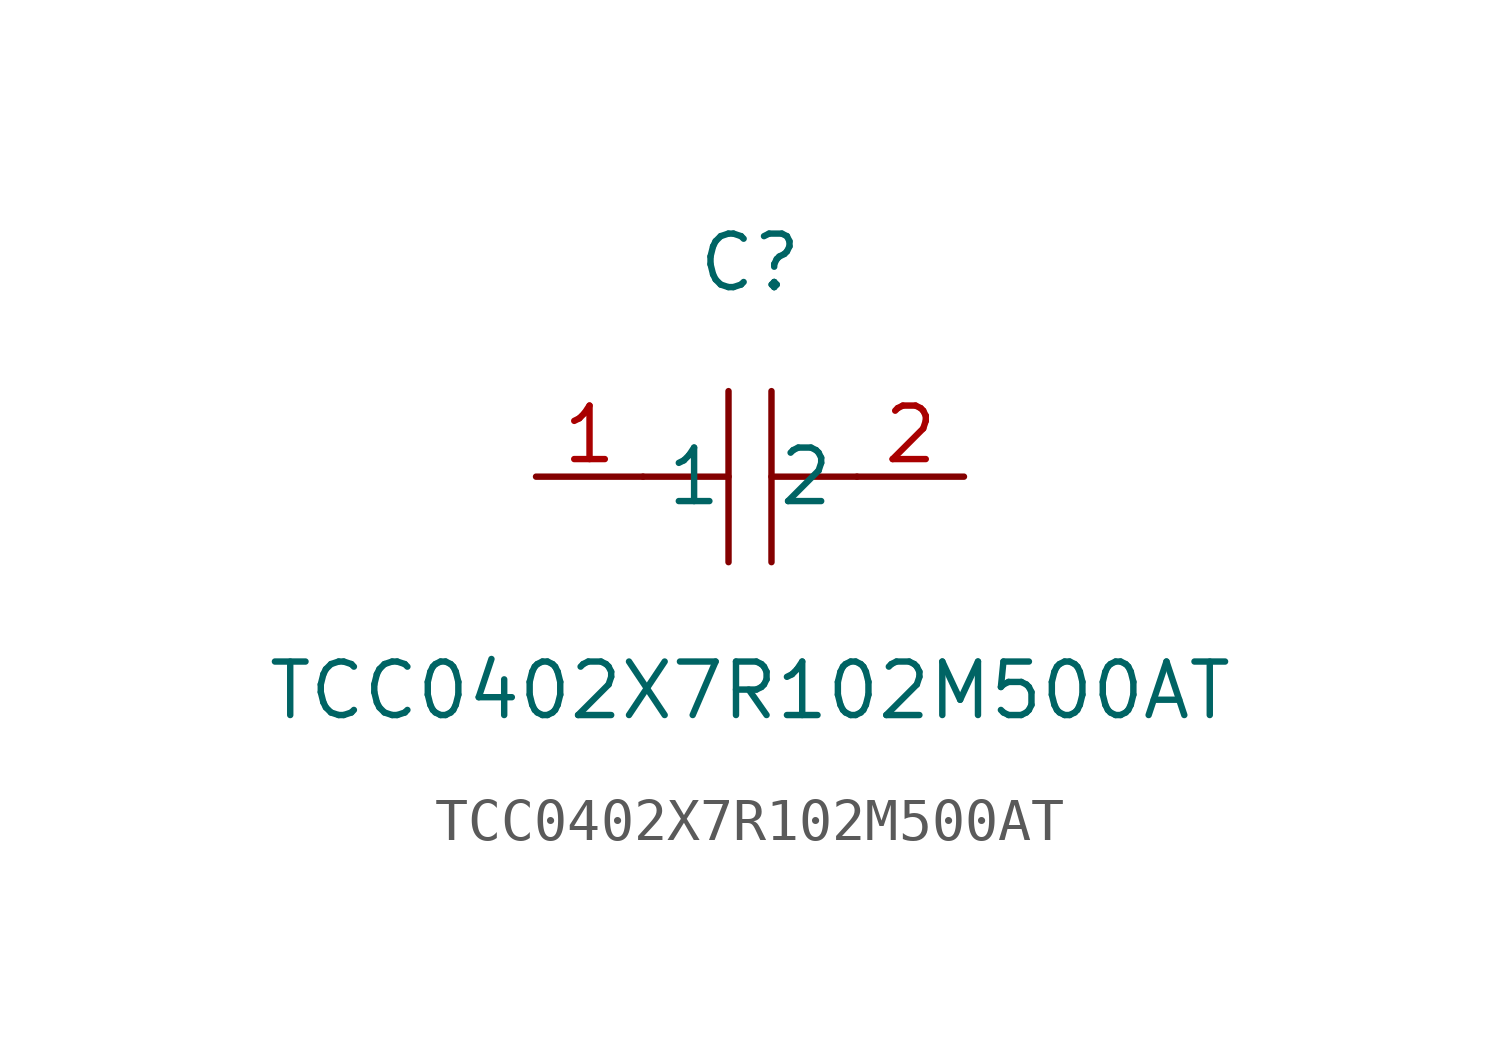
<source format=kicad_sym>
(kicad_symbol_lib
  (version 1)
  (generator "faebryk")
  (symbol "TCC0402X7R102M500AT"
    (property "Reference" "C"
      (at 0 5.08 0)
      (effects (font (size 1.27 1.27)) (hide no)))
    (property "Value" "TCC0402X7R102M500AT"
      (at 0 -5.08 0)
      (effects (font (size 1.27 1.27)) (hide no)))
    (symbol "TCC0402X7R102M500AT_0_1"
      (polyline (stroke (width 0) (type default) (color 0 0 0 0)) (fill (type none)) (pts (xy -0.51 -2.03) (xy -0.51 2.03)))
      (polyline (stroke (width 0) (type default) (color 0 0 0 0)) (fill (type none)) (pts (xy 2.54 0) (xy 0.51 0)))
      (polyline (stroke (width 0) (type default) (color 0 0 0 0)) (fill (type none)) (pts (xy 0.51 2.03) (xy 0.51 -2.03)))
      (polyline (stroke (width 0) (type default) (color 0 0 0 0)) (fill (type none)) (pts (xy -0.51 0) (xy -2.54 0)))
      (pin unspecified line (at -5.08 0 0) (length 2.54) (name "1" (effects (font (size 1.27 1.27)) (hide no))) (number "1" (effects (font (size 1.27 1.27)) (hide no))))
      (pin unspecified line (at 5.08 0 180) (length 2.54) (name "2" (effects (font (size 1.27 1.27)) (hide no))) (number "2" (effects (font (size 1.27 1.27)) (hide no)))))))
</source>
